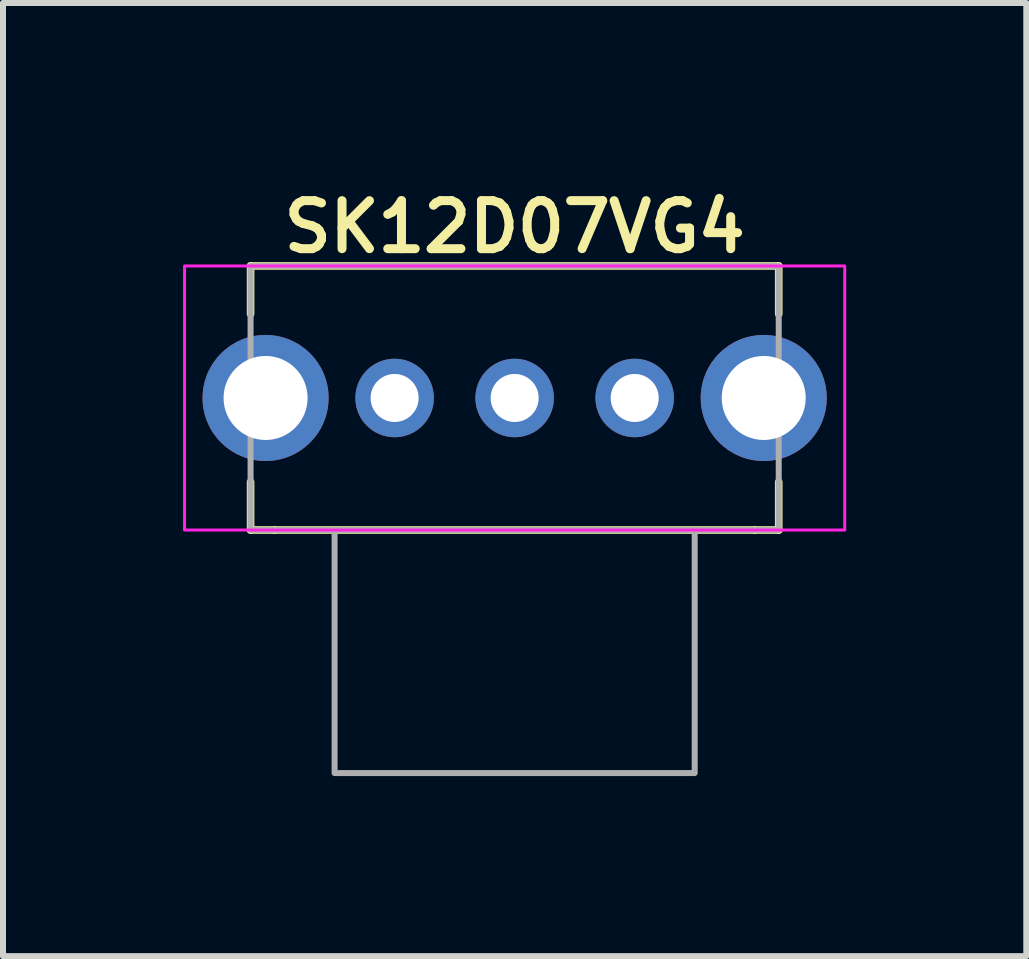
<source format=kicad_pcb>
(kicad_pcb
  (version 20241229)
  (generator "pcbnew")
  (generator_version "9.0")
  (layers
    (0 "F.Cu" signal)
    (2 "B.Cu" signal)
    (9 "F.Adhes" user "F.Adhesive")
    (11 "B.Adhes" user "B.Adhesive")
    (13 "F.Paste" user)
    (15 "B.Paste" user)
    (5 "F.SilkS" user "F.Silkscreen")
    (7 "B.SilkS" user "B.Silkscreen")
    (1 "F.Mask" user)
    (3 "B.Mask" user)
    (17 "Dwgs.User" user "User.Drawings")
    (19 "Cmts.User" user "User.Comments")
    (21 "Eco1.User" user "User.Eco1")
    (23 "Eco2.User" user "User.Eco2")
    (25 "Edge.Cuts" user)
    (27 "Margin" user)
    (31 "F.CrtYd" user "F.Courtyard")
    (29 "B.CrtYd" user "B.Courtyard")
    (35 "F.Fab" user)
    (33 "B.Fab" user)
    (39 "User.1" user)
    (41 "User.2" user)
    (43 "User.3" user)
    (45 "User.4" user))
  (footprint "SK12D07VG4"
    (layer "F.Cu")
    (at 5.525 3.581)
    (property "Reference" "SK12D07VG4" (at 0 -2.85 0) (layer "F.SilkS") (effects (font (size 0.8 0.8) (thickness 0.15))))
    (attr through_hole)
    (fp_line (start -4.4 -2.2) (end -4.4 -1.4) (stroke (width 0.127) (type solid)) (layer "F.SilkS"))
    (fp_line (start -4.4 -2.2) (end 4.4 -2.2) (stroke (width 0.127) (type solid)) (layer "F.SilkS"))
    (fp_line (start -4.4 1.4) (end -4.4 2.2) (stroke (width 0.127) (type solid)) (layer "F.SilkS"))
    (fp_line (start -4 2.2) (end -4.4 2.2) (stroke (width 0.127) (type solid)) (layer "F.SilkS"))
    (fp_line (start 4 2.2) (end -4 2.2) (stroke (width 0.127) (type solid)) (layer "F.SilkS"))
    (fp_line (start 4.4 -1.4) (end 4.4 -2.2) (stroke (width 0.127) (type solid)) (layer "F.SilkS"))
    (fp_line (start 4.4 1.4) (end 4.4 2.2) (stroke (width 0.127) (type solid)) (layer "F.SilkS"))
    (fp_line (start 4.4 2.2) (end 4 2.2) (stroke (width 0.127) (type solid)) (layer "F.SilkS"))
    (fp_rect (start -5.5 -2.2) (end 5.5 2.2) (stroke (width 0.05) (type default)) (fill no) (layer "F.CrtYd"))
    (fp_rect (start -4.4 -2.2) (end 4.4 2.2) (stroke (width 0.1) (type default)) (fill no) (layer "F.Fab"))
    (fp_rect (start -3 2.2) (end 3 6.25) (stroke (width 0.1) (type default)) (fill no) (layer "F.Fab"))
    (pad "1" thru_hole circle (at -2 0) (size 1.308 1.308) (drill 0.8) (layers "*.Cu" "*.Mask"))
    (pad "2" thru_hole circle (at 0 0) (size 1.308 1.308) (drill 0.8) (layers "*.Cu" "*.Mask"))
    (pad "3" thru_hole circle (at 2 0) (size 1.308 1.308) (drill 0.8) (layers "*.Cu" "*.Mask"))
    (pad "M1" thru_hole circle (at -4.15 0) (size 2.1 2.1) (drill 1.4) (layers "*.Cu" "*.Mask"))
    (pad "M2" thru_hole circle (at 4.15 0) (size 2.1 2.1) (drill 1.4) (layers "*.Cu" "*.Mask")))
  (gr_rect
    (start -3 -3)
    (end 14.05 12.881)
    (stroke (width 0.1) (type default))
    (fill no)
    (layer "Edge.Cuts")))
</source>
